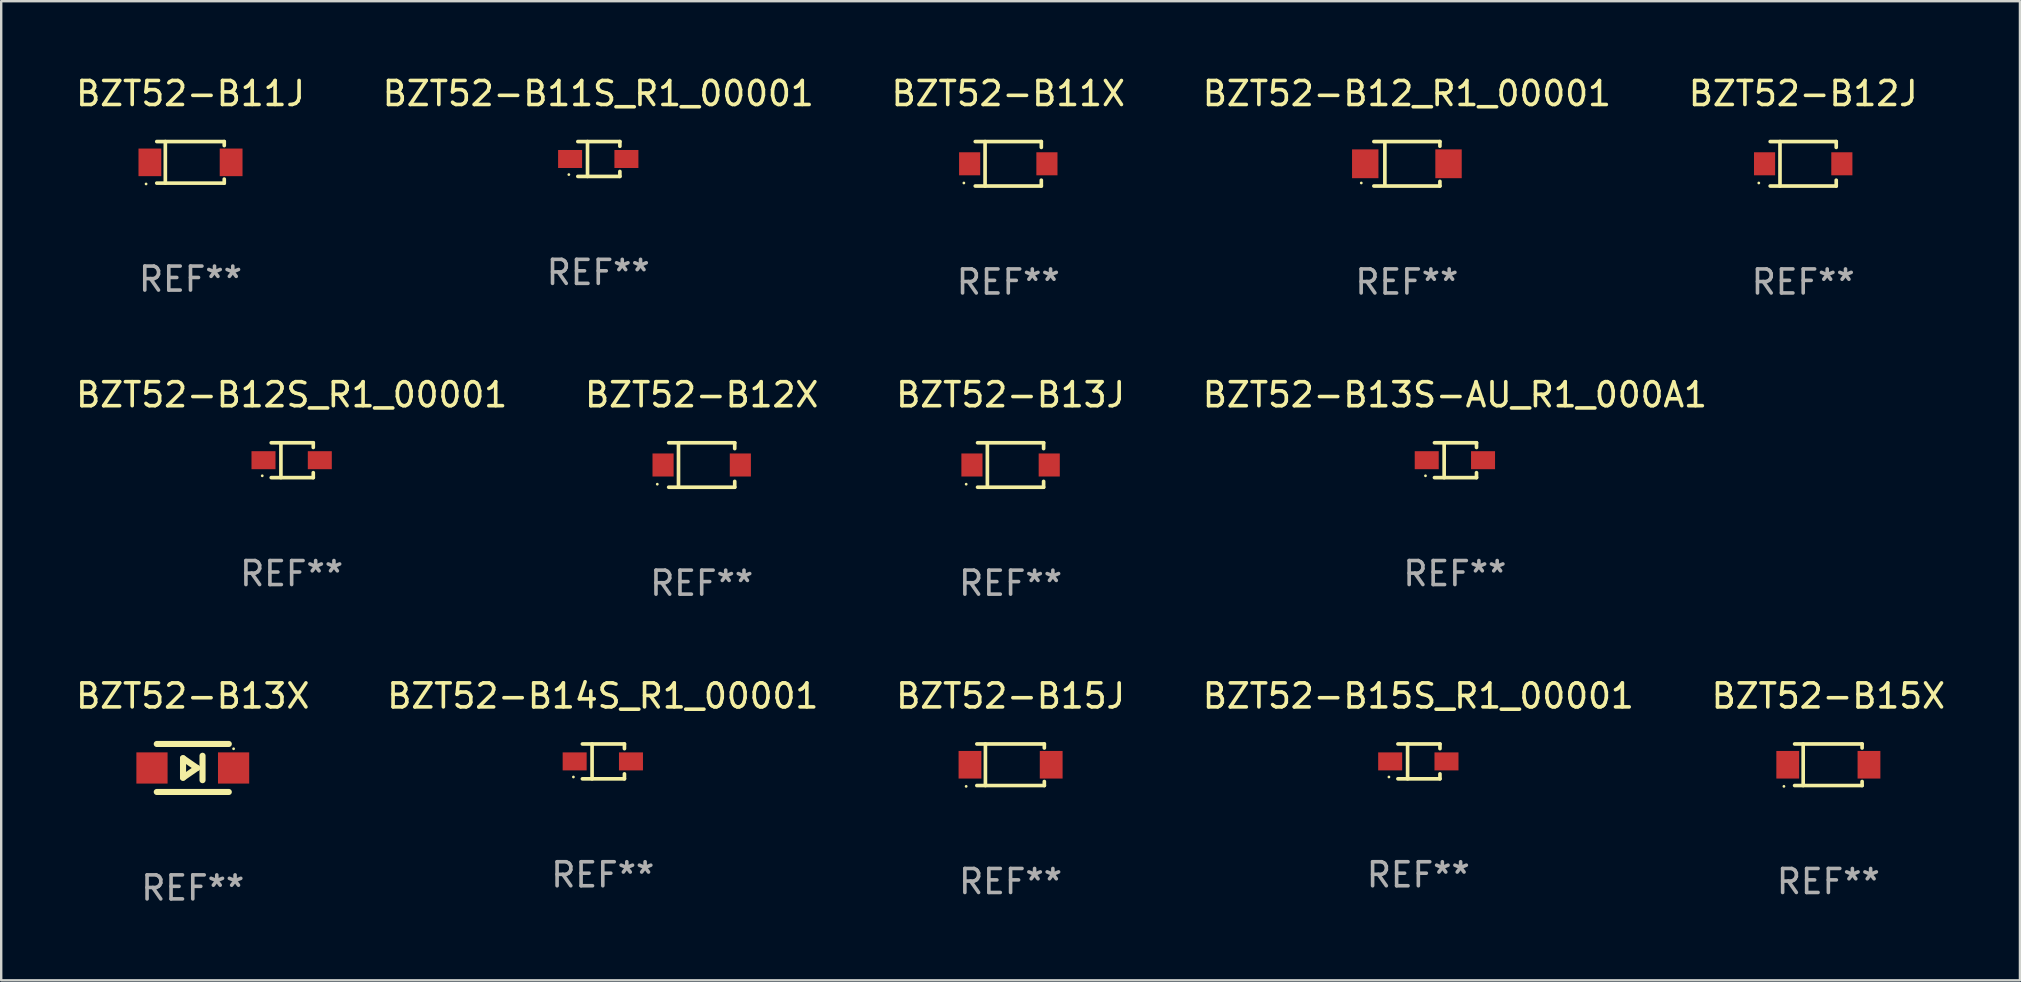
<source format=kicad_pcb>
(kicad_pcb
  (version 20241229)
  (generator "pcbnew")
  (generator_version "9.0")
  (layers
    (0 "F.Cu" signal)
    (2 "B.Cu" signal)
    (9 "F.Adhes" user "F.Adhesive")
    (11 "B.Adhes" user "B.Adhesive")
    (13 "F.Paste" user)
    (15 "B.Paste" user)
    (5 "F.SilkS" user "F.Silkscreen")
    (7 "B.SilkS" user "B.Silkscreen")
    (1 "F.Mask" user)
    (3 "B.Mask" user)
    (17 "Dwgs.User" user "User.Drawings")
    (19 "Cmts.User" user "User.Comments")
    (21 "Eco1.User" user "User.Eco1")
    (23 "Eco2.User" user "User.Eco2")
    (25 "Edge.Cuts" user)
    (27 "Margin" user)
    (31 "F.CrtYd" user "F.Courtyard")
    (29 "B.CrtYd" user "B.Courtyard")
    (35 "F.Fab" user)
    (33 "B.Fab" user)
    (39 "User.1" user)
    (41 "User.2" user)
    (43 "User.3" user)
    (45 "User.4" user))
  (footprint "BZT52-B13J"
    (layer "F.Cu")
    (at 39.054 16.323)
    (property "Reference" "BZT52-B13J" (at 0 -2.926 0) (layer "F.SilkS") (effects (font (size 1 1) (thickness 0.15))))
    (attr through_hole)
    (fp_line (start -1.376 -0.926) (end 1.376 -0.926) (stroke (width 0.152) (type solid)) (layer "F.SilkS"))
    (fp_line (start -1.376 0.926) (end 1.376 0.926) (stroke (width 0.152) (type solid)) (layer "F.SilkS"))
    (fp_line (start -0.967 -0.926) (end -0.967 0.926) (stroke (width 0.152) (type solid)) (layer "F.SilkS"))
    (fp_line (start 1.376 -0.926) (end 1.376 -0.683) (stroke (width 0.152) (type solid)) (layer "F.SilkS"))
    (fp_line (start 1.376 0.926) (end 1.376 0.683) (stroke (width 0.152) (type solid)) (layer "F.SilkS"))
    (fp_circle (center -1.85 0.8) (end -1.82 0.8) (stroke (width 0.06) (type solid)) (fill no) (layer "F.SilkS"))
    (fp_text user "REF**" (at 0 4.926 0) (layer "F.Fab") (effects (font (size 1 1) (thickness 0.15))))
    (pad "1" smd rect (at -1.61 0) (size 0.88 0.96) (layers "F.Cu" "F.Mask" "F.Paste"))
    (pad "2" smd rect (at 1.61 0) (size 0.88 0.96) (layers "F.Cu" "F.Mask" "F.Paste")))
  (footprint "BZT52-B12S_R1_00001"
    (layer "F.Cu")
    (at 9.101 16.123)
    (property "Reference" "BZT52-B12S_R1_00001" (at 0 -2.726 0) (layer "F.SilkS") (effects (font (size 1 1) (thickness 0.15))))
    (attr through_hole)
    (fp_line (start -0.851 -0.726) (end 0.901 -0.726) (stroke (width 0.152) (type solid)) (layer "F.SilkS"))
    (fp_line (start -0.851 0.726) (end 0.901 0.726) (stroke (width 0.152) (type solid)) (layer "F.SilkS"))
    (fp_line (start -0.447 -0.726) (end -0.447 0.726) (stroke (width 0.152) (type solid)) (layer "F.SilkS"))
    (fp_line (start 0.901 -0.726) (end 0.901 -0.53) (stroke (width 0.152) (type solid)) (layer "F.SilkS"))
    (fp_line (start 0.901 0.726) (end 0.901 0.52) (stroke (width 0.152) (type solid)) (layer "F.SilkS"))
    (fp_circle (center -1.225 0.65) (end -1.195 0.65) (stroke (width 0.06) (type solid)) (fill no) (layer "F.SilkS"))
    (fp_text user "REF**" (at 0 4.726 0) (layer "F.Fab") (effects (font (size 1 1) (thickness 0.15))))
    (pad "1" smd rect (at -1.173 0) (size 1 0.75) (layers "F.Cu" "F.Mask" "F.Paste"))
    (pad "2" smd rect (at 1.173 0) (size 1 0.75) (layers "F.Cu" "F.Mask" "F.Paste")))
  (footprint "BZT52-B13X"
    (layer "F.Cu")
    (at 4.982 28.946)
    (property "Reference" "BZT52-B13X" (at 0 -3 0) (layer "F.SilkS") (effects (font (size 1 1) (thickness 0.15))))
    (attr through_hole)
    (fp_line (start -1.5 -1) (end 1.5 -1) (stroke (width 0.254) (type solid)) (layer "F.SilkS"))
    (fp_line (start -0.406 -0.406) (end 0.178 0) (stroke (width 0.254) (type solid)) (layer "F.SilkS"))
    (fp_line (start -0.406 0.406) (end -0.406 -0.406) (stroke (width 0.254) (type solid)) (layer "F.SilkS"))
    (fp_line (start 0.178 0) (end -0.406 0.406) (stroke (width 0.254) (type solid)) (layer "F.SilkS"))
    (fp_line (start 0.406 0.508) (end 0.406 -0.508) (stroke (width 0.254) (type solid)) (layer "F.SilkS"))
    (fp_line (start 1.5 1) (end -1.5 1) (stroke (width 0.254) (type solid)) (layer "F.SilkS"))
    (fp_circle (center 1.7 -0.8) (end 1.73 -0.8) (stroke (width 0.06) (type solid)) (fill no) (layer "F.SilkS"))
    (fp_text user "REF**" (at 0 5 0) (layer "F.Fab") (effects (font (size 1 1) (thickness 0.15))))
    (pad "1" smd rect (at 1.7 0 180) (size 1.3 1.3) (layers "F.Cu" "F.Mask" "F.Paste"))
    (pad "2" smd rect (at -1.7 0 180) (size 1.3 1.3) (layers "F.Cu" "F.Mask" "F.Paste")))
  (footprint "BZT52-B15S_R1_00001"
    (layer "F.Cu")
    (at 56.042 28.672)
    (property "Reference" "BZT52-B15S_R1_00001" (at 0 -2.726 0) (layer "F.SilkS") (effects (font (size 1 1) (thickness 0.15))))
    (attr through_hole)
    (fp_line (start -0.851 -0.726) (end 0.901 -0.726) (stroke (width 0.152) (type solid)) (layer "F.SilkS"))
    (fp_line (start -0.851 0.726) (end 0.901 0.726) (stroke (width 0.152) (type solid)) (layer "F.SilkS"))
    (fp_line (start -0.447 -0.726) (end -0.447 0.726) (stroke (width 0.152) (type solid)) (layer "F.SilkS"))
    (fp_line (start 0.901 -0.726) (end 0.901 -0.53) (stroke (width 0.152) (type solid)) (layer "F.SilkS"))
    (fp_line (start 0.901 0.726) (end 0.901 0.52) (stroke (width 0.152) (type solid)) (layer "F.SilkS"))
    (fp_circle (center -1.225 0.65) (end -1.195 0.65) (stroke (width 0.06) (type solid)) (fill no) (layer "F.SilkS"))
    (fp_text user "REF**" (at 0 4.726 0) (layer "F.Fab") (effects (font (size 1 1) (thickness 0.15))))
    (pad "1" smd rect (at -1.173 0) (size 1 0.75) (layers "F.Cu" "F.Mask" "F.Paste"))
    (pad "2" smd rect (at 1.173 0) (size 1 0.75) (layers "F.Cu" "F.Mask" "F.Paste")))
  (footprint "BZT52-B14S_R1_00001"
    (layer "F.Cu")
    (at 22.065 28.672)
    (property "Reference" "BZT52-B14S_R1_00001" (at 0 -2.726 0) (layer "F.SilkS") (effects (font (size 1 1) (thickness 0.15))))
    (attr through_hole)
    (fp_line (start -0.851 -0.726) (end 0.901 -0.726) (stroke (width 0.152) (type solid)) (layer "F.SilkS"))
    (fp_line (start -0.851 0.726) (end 0.901 0.726) (stroke (width 0.152) (type solid)) (layer "F.SilkS"))
    (fp_line (start -0.447 -0.726) (end -0.447 0.726) (stroke (width 0.152) (type solid)) (layer "F.SilkS"))
    (fp_line (start 0.901 -0.726) (end 0.901 -0.53) (stroke (width 0.152) (type solid)) (layer "F.SilkS"))
    (fp_line (start 0.901 0.726) (end 0.901 0.52) (stroke (width 0.152) (type solid)) (layer "F.SilkS"))
    (fp_circle (center -1.225 0.65) (end -1.195 0.65) (stroke (width 0.06) (type solid)) (fill no) (layer "F.SilkS"))
    (fp_text user "REF**" (at 0 4.726 0) (layer "F.Fab") (effects (font (size 1 1) (thickness 0.15))))
    (pad "1" smd rect (at -1.173 0) (size 1 0.75) (layers "F.Cu" "F.Mask" "F.Paste"))
    (pad "2" smd rect (at 1.173 0) (size 1 0.75) (layers "F.Cu" "F.Mask" "F.Paste")))
  (footprint "BZT52-B11X"
    (layer "F.Cu")
    (at 38.958 3.774)
    (property "Reference" "BZT52-B11X" (at 0 -2.926 0) (layer "F.SilkS") (effects (font (size 1 1) (thickness 0.15))))
    (attr through_hole)
    (fp_line (start -1.376 -0.926) (end 1.376 -0.926) (stroke (width 0.152) (type solid)) (layer "F.SilkS"))
    (fp_line (start -1.376 0.926) (end 1.376 0.926) (stroke (width 0.152) (type solid)) (layer "F.SilkS"))
    (fp_line (start -0.967 -0.926) (end -0.967 0.926) (stroke (width 0.152) (type solid)) (layer "F.SilkS"))
    (fp_line (start 1.376 -0.926) (end 1.376 -0.683) (stroke (width 0.152) (type solid)) (layer "F.SilkS"))
    (fp_line (start 1.376 0.926) (end 1.376 0.683) (stroke (width 0.152) (type solid)) (layer "F.SilkS"))
    (fp_circle (center -1.85 0.8) (end -1.82 0.8) (stroke (width 0.06) (type solid)) (fill no) (layer "F.SilkS"))
    (fp_text user "REF**" (at 0 4.926 0) (layer "F.Fab") (effects (font (size 1 1) (thickness 0.15))))
    (pad "1" smd rect (at -1.61 0) (size 0.88 0.96) (layers "F.Cu" "F.Mask" "F.Paste"))
    (pad "2" smd rect (at 1.61 0) (size 0.88 0.96) (layers "F.Cu" "F.Mask" "F.Paste")))
  (footprint "BZT52-B12J"
    (layer "F.Cu")
    (at 72.077 3.774)
    (property "Reference" "BZT52-B12J" (at 0 -2.926 0) (layer "F.SilkS") (effects (font (size 1 1) (thickness 0.15))))
    (attr through_hole)
    (fp_line (start -1.376 -0.926) (end 1.376 -0.926) (stroke (width 0.152) (type solid)) (layer "F.SilkS"))
    (fp_line (start -1.376 0.926) (end 1.376 0.926) (stroke (width 0.152) (type solid)) (layer "F.SilkS"))
    (fp_line (start -0.967 -0.926) (end -0.967 0.926) (stroke (width 0.152) (type solid)) (layer "F.SilkS"))
    (fp_line (start 1.376 -0.926) (end 1.376 -0.683) (stroke (width 0.152) (type solid)) (layer "F.SilkS"))
    (fp_line (start 1.376 0.926) (end 1.376 0.683) (stroke (width 0.152) (type solid)) (layer "F.SilkS"))
    (fp_circle (center -1.85 0.8) (end -1.82 0.8) (stroke (width 0.06) (type solid)) (fill no) (layer "F.SilkS"))
    (fp_text user "REF**" (at 0 4.926 0) (layer "F.Fab") (effects (font (size 1 1) (thickness 0.15))))
    (pad "1" smd rect (at -1.61 0) (size 0.88 0.96) (layers "F.Cu" "F.Mask" "F.Paste"))
    (pad "2" smd rect (at 1.61 0) (size 0.88 0.96) (layers "F.Cu" "F.Mask" "F.Paste")))
  (footprint "BZT52-B15J"
    (layer "F.Cu")
    (at 39.054 28.812)
    (property "Reference" "BZT52-B15J" (at 0 -2.866 0) (layer "F.SilkS") (effects (font (size 1 1) (thickness 0.15))))
    (attr through_hole)
    (fp_line (start -1.406 -0.866) (end 1.406 -0.866) (stroke (width 0.152) (type solid)) (layer "F.SilkS"))
    (fp_line (start -1.406 0.866) (end 1.406 0.866) (stroke (width 0.152) (type solid)) (layer "F.SilkS"))
    (fp_line (start -1.049 -0.866) (end -1.049 0.866) (stroke (width 0.152) (type solid)) (layer "F.SilkS"))
    (fp_line (start 1.406 -0.866) (end 1.406 -0.698) (stroke (width 0.152) (type solid)) (layer "F.SilkS"))
    (fp_line (start 1.406 0.866) (end 1.406 0.698) (stroke (width 0.152) (type solid)) (layer "F.SilkS"))
    (fp_circle (center -1.851 0.9) (end -1.821 0.9) (stroke (width 0.06) (type solid)) (fill no) (layer "F.SilkS"))
    (fp_text user "REF**" (at 0 4.866 0) (layer "F.Fab") (effects (font (size 1 1) (thickness 0.15))))
    (pad "1" smd rect (at -1.692 0) (size 0.95 1.15) (layers "F.Cu" "F.Mask" "F.Paste"))
    (pad "2" smd rect (at 1.692 0) (size 0.95 1.15) (layers "F.Cu" "F.Mask" "F.Paste")))
  (footprint "BZT52-B15X"
    (layer "F.Cu")
    (at 73.125 28.812)
    (property "Reference" "BZT52-B15X" (at 0 -2.866 0) (layer "F.SilkS") (effects (font (size 1 1) (thickness 0.15))))
    (attr through_hole)
    (fp_line (start -1.406 -0.866) (end 1.406 -0.866) (stroke (width 0.152) (type solid)) (layer "F.SilkS"))
    (fp_line (start -1.406 0.866) (end 1.406 0.866) (stroke (width 0.152) (type solid)) (layer "F.SilkS"))
    (fp_line (start -1.049 -0.866) (end -1.049 0.866) (stroke (width 0.152) (type solid)) (layer "F.SilkS"))
    (fp_line (start 1.406 -0.866) (end 1.406 -0.698) (stroke (width 0.152) (type solid)) (layer "F.SilkS"))
    (fp_line (start 1.406 0.866) (end 1.406 0.698) (stroke (width 0.152) (type solid)) (layer "F.SilkS"))
    (fp_circle (center -1.851 0.9) (end -1.821 0.9) (stroke (width 0.06) (type solid)) (fill no) (layer "F.SilkS"))
    (fp_text user "REF**" (at 0 4.866 0) (layer "F.Fab") (effects (font (size 1 1) (thickness 0.15))))
    (pad "1" smd rect (at -1.692 0) (size 0.95 1.15) (layers "F.Cu" "F.Mask" "F.Paste"))
    (pad "2" smd rect (at 1.692 0) (size 0.95 1.15) (layers "F.Cu" "F.Mask" "F.Paste")))
  (footprint "BZT52-B12X"
    (layer "F.Cu")
    (at 26.185 16.323)
    (property "Reference" "BZT52-B12X" (at 0 -2.926 0) (layer "F.SilkS") (effects (font (size 1 1) (thickness 0.15))))
    (attr through_hole)
    (fp_line (start -1.376 -0.926) (end 1.376 -0.926) (stroke (width 0.152) (type solid)) (layer "F.SilkS"))
    (fp_line (start -1.376 0.926) (end 1.376 0.926) (stroke (width 0.152) (type solid)) (layer "F.SilkS"))
    (fp_line (start -0.967 -0.926) (end -0.967 0.926) (stroke (width 0.152) (type solid)) (layer "F.SilkS"))
    (fp_line (start 1.376 -0.926) (end 1.376 -0.683) (stroke (width 0.152) (type solid)) (layer "F.SilkS"))
    (fp_line (start 1.376 0.926) (end 1.376 0.683) (stroke (width 0.152) (type solid)) (layer "F.SilkS"))
    (fp_circle (center -1.85 0.8) (end -1.82 0.8) (stroke (width 0.06) (type solid)) (fill no) (layer "F.SilkS"))
    (fp_text user "REF**" (at 0 4.926 0) (layer "F.Fab") (effects (font (size 1 1) (thickness 0.15))))
    (pad "1" smd rect (at -1.61 0) (size 0.88 0.96) (layers "F.Cu" "F.Mask" "F.Paste"))
    (pad "2" smd rect (at 1.61 0) (size 0.88 0.96) (layers "F.Cu" "F.Mask" "F.Paste")))
  (footprint "BZT52-B11J"
    (layer "F.Cu")
    (at 4.887 3.714)
    (property "Reference" "BZT52-B11J" (at 0 -2.866 0) (layer "F.SilkS") (effects (font (size 1 1) (thickness 0.15))))
    (attr through_hole)
    (fp_line (start -1.406 -0.866) (end 1.406 -0.866) (stroke (width 0.152) (type solid)) (layer "F.SilkS"))
    (fp_line (start -1.406 0.866) (end 1.406 0.866) (stroke (width 0.152) (type solid)) (layer "F.SilkS"))
    (fp_line (start -1.049 -0.866) (end -1.049 0.866) (stroke (width 0.152) (type solid)) (layer "F.SilkS"))
    (fp_line (start 1.406 -0.866) (end 1.406 -0.698) (stroke (width 0.152) (type solid)) (layer "F.SilkS"))
    (fp_line (start 1.406 0.866) (end 1.406 0.698) (stroke (width 0.152) (type solid)) (layer "F.SilkS"))
    (fp_circle (center -1.851 0.9) (end -1.821 0.9) (stroke (width 0.06) (type solid)) (fill no) (layer "F.SilkS"))
    (fp_text user "REF**" (at 0 4.866 0) (layer "F.Fab") (effects (font (size 1 1) (thickness 0.15))))
    (pad "1" smd rect (at -1.692 0) (size 0.95 1.15) (layers "F.Cu" "F.Mask" "F.Paste"))
    (pad "2" smd rect (at 1.692 0) (size 0.95 1.15) (layers "F.Cu" "F.Mask" "F.Paste")))
  (footprint "BZT52-B12_R1_00001"
    (layer "F.Cu")
    (at 55.565 3.774)
    (property "Reference" "BZT52-B12_R1_00001" (at 0 -2.926 0) (layer "F.SilkS") (effects (font (size 1 1) (thickness 0.15))))
    (attr through_hole)
    (fp_line (start -1.376 -0.926) (end 1.376 -0.926) (stroke (width 0.152) (type solid)) (layer "F.SilkS"))
    (fp_line (start -1.376 0.926) (end 1.376 0.926) (stroke (width 0.152) (type solid)) (layer "F.SilkS"))
    (fp_line (start -0.917 -0.876) (end -0.917 0.876) (stroke (width 0.152) (type solid)) (layer "F.SilkS"))
    (fp_line (start 1.376 -0.926) (end 1.376 -0.733) (stroke (width 0.152) (type solid)) (layer "F.SilkS"))
    (fp_line (start 1.376 0.926) (end 1.376 0.733) (stroke (width 0.152) (type solid)) (layer "F.SilkS"))
    (fp_circle (center -1.9 0.8) (end -1.87 0.8) (stroke (width 0.06) (type solid)) (fill no) (layer "F.SilkS"))
    (fp_text user "REF**" (at 0 4.926 0) (layer "F.Fab") (effects (font (size 1 1) (thickness 0.15))))
    (pad "1" smd rect (at -1.735 -0.000025) (size 1.1 1.2) (layers "F.Cu" "F.Mask" "F.Paste"))
    (pad "2" smd rect (at 1.735 -0.000025) (size 1.1 1.2) (layers "F.Cu" "F.Mask" "F.Paste")))
  (footprint "BZT52-B13S-AU_R1_000A1"
    (layer "F.Cu")
    (at 57.565 16.123)
    (property "Reference" "BZT52-B13S-AU_R1_000A1" (at 0 -2.726 0) (layer "F.SilkS") (effects (font (size 1 1) (thickness 0.15))))
    (attr through_hole)
    (fp_line (start -0.851 -0.726) (end 0.901 -0.726) (stroke (width 0.152) (type solid)) (layer "F.SilkS"))
    (fp_line (start -0.851 0.726) (end 0.901 0.726) (stroke (width 0.152) (type solid)) (layer "F.SilkS"))
    (fp_line (start -0.447 -0.726) (end -0.447 0.726) (stroke (width 0.152) (type solid)) (layer "F.SilkS"))
    (fp_line (start 0.901 -0.726) (end 0.901 -0.53) (stroke (width 0.152) (type solid)) (layer "F.SilkS"))
    (fp_line (start 0.901 0.726) (end 0.901 0.52) (stroke (width 0.152) (type solid)) (layer "F.SilkS"))
    (fp_circle (center -1.225 0.65) (end -1.195 0.65) (stroke (width 0.06) (type solid)) (fill no) (layer "F.SilkS"))
    (fp_text user "REF**" (at 0 4.726 0) (layer "F.Fab") (effects (font (size 1 1) (thickness 0.15))))
    (pad "1" smd rect (at -1.173 0) (size 1 0.75) (layers "F.Cu" "F.Mask" "F.Paste"))
    (pad "2" smd rect (at 1.173 0) (size 1 0.75) (layers "F.Cu" "F.Mask" "F.Paste")))
  (footprint "BZT52-B11S_R1_00001"
    (layer "F.Cu")
    (at 21.875 3.574)
    (property "Reference" "BZT52-B11S_R1_00001" (at 0 -2.726 0) (layer "F.SilkS") (effects (font (size 1 1) (thickness 0.15))))
    (attr through_hole)
    (fp_line (start -0.851 -0.726) (end 0.901 -0.726) (stroke (width 0.152) (type solid)) (layer "F.SilkS"))
    (fp_line (start -0.851 0.726) (end 0.901 0.726) (stroke (width 0.152) (type solid)) (layer "F.SilkS"))
    (fp_line (start -0.447 -0.726) (end -0.447 0.726) (stroke (width 0.152) (type solid)) (layer "F.SilkS"))
    (fp_line (start 0.901 -0.726) (end 0.901 -0.53) (stroke (width 0.152) (type solid)) (layer "F.SilkS"))
    (fp_line (start 0.901 0.726) (end 0.901 0.52) (stroke (width 0.152) (type solid)) (layer "F.SilkS"))
    (fp_circle (center -1.225 0.65) (end -1.195 0.65) (stroke (width 0.06) (type solid)) (fill no) (layer "F.SilkS"))
    (fp_text user "REF**" (at 0 4.726 0) (layer "F.Fab") (effects (font (size 1 1) (thickness 0.15))))
    (pad "1" smd rect (at -1.173 0) (size 1 0.75) (layers "F.Cu" "F.Mask" "F.Paste"))
    (pad "2" smd rect (at 1.173 0) (size 1 0.75) (layers "F.Cu" "F.Mask" "F.Paste")))
  (gr_rect
    (start -3 -3)
    (end 81.107 37.794)
    (stroke (width 0.1) (type default))
    (fill no)
    (layer "Edge.Cuts")))
</source>
